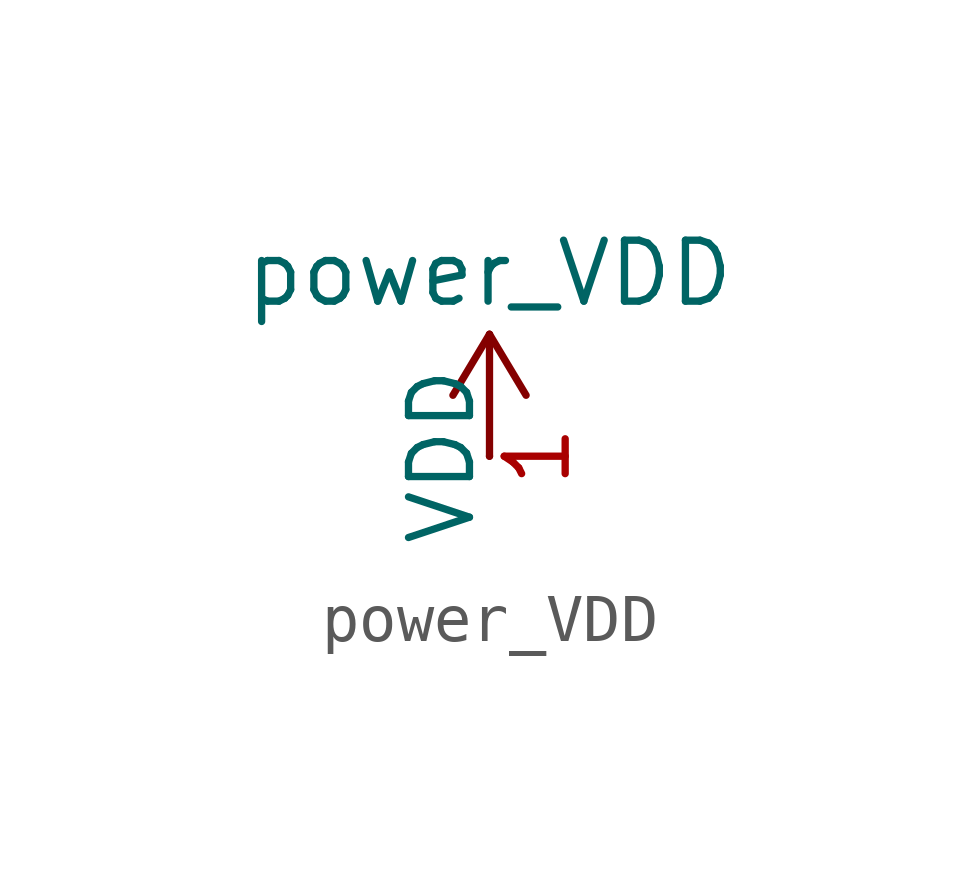
<source format=kicad_sym>
(kicad_symbol_lib
  (version 20241209)
  (generator "kicad_symbol_editor")
  (generator_version "9.0")
  (symbol "power_VDD"
    (power)
    (pin_names
      (offset 0))
    (property "Reference" "#PWR"
      (at 0 -3.81 0)
      (effects (font (size 1.27 1.27)) (hide yes)))
    (property "Value" "power_VDD"
      (at 0 3.81 0)
      (effects (font (size 1.27 1.27))))
    (symbol "power_VDD_0_1"
      (polyline (pts (xy -0.762 1.27) (xy 0 2.54)) (stroke (width 0) (type solid)) (fill (type none)))
      (polyline (pts (xy 0 2.54) (xy 0.762 1.27)) (stroke (width 0) (type solid)) (fill (type none)))
      (polyline (pts (xy 0 0) (xy 0 2.54)) (stroke (width 0) (type solid)) (fill (type none))))
    (symbol "power_VDD_1_1"
      (pin power_in line (at 0 0 90) (length 0) (name "VDD" (effects (font (size 1.27 1.27)))) (number "1" (effects (font (size 1.27 1.27))))))))
</source>
